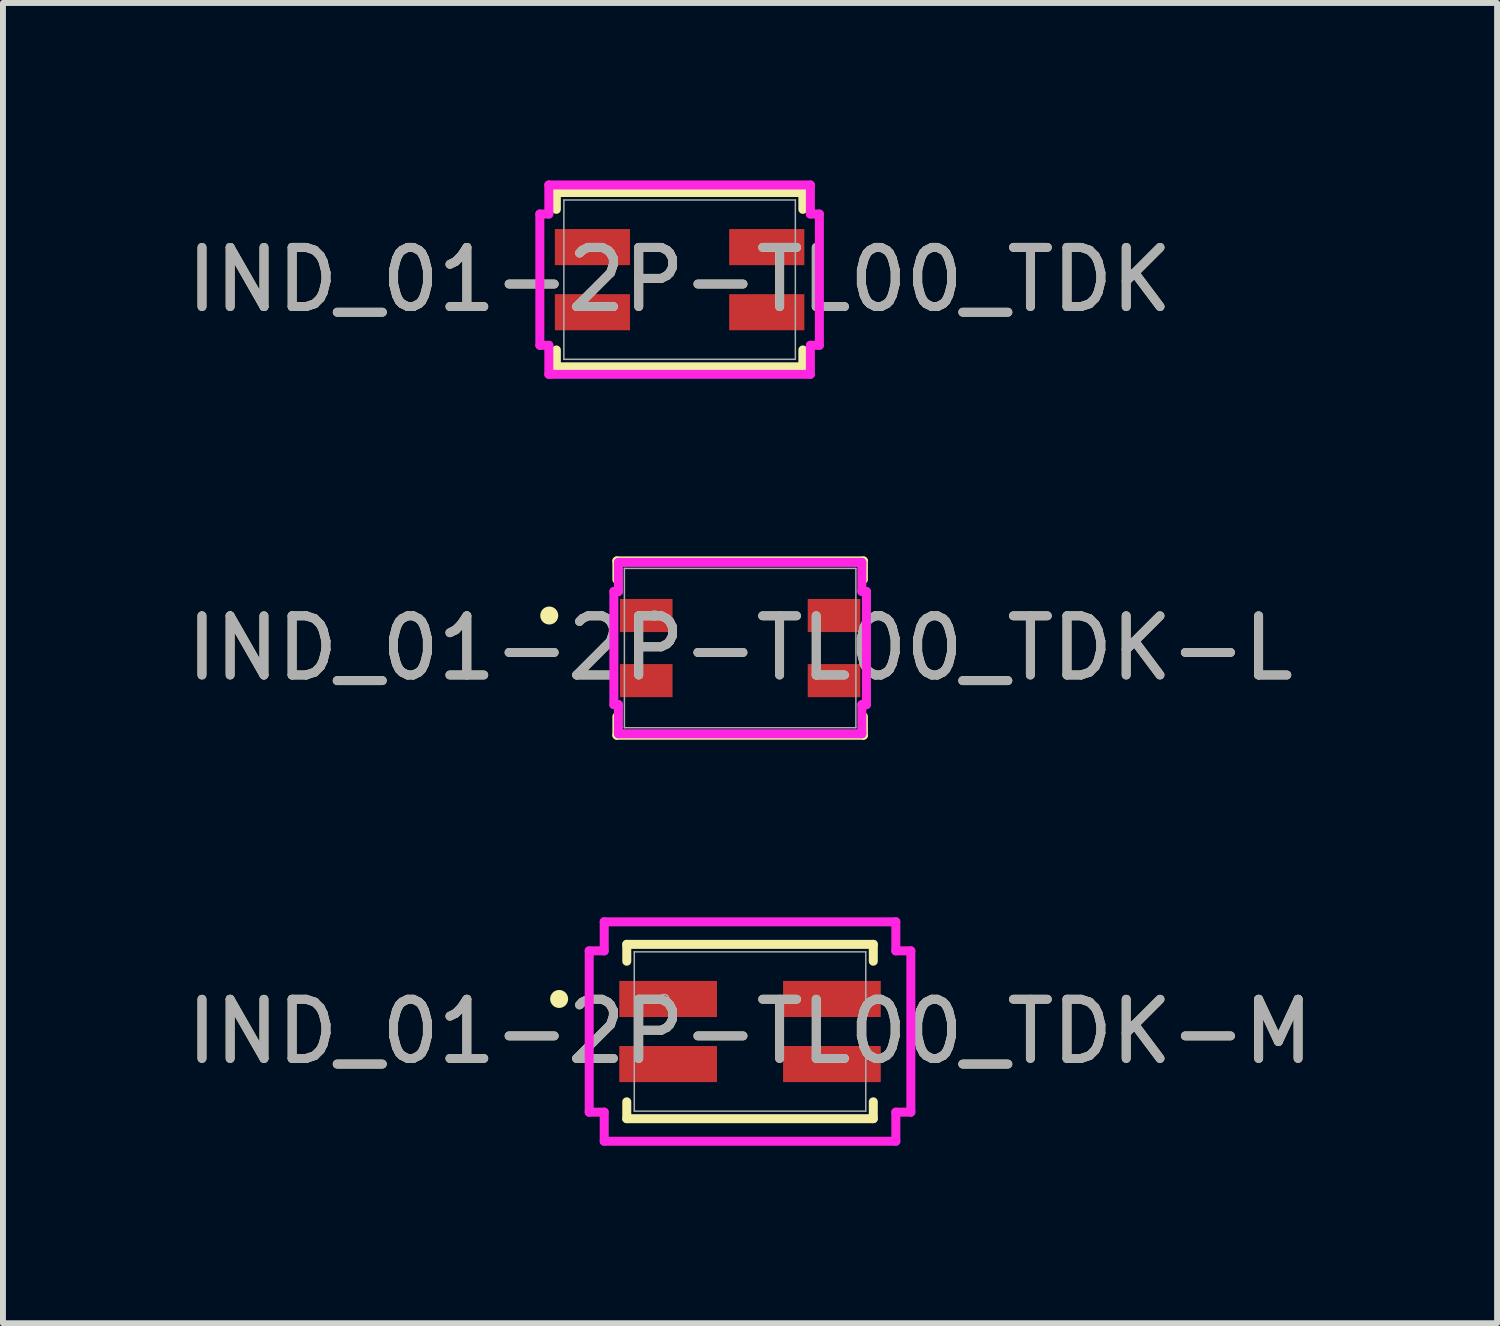
<source format=kicad_pcb>
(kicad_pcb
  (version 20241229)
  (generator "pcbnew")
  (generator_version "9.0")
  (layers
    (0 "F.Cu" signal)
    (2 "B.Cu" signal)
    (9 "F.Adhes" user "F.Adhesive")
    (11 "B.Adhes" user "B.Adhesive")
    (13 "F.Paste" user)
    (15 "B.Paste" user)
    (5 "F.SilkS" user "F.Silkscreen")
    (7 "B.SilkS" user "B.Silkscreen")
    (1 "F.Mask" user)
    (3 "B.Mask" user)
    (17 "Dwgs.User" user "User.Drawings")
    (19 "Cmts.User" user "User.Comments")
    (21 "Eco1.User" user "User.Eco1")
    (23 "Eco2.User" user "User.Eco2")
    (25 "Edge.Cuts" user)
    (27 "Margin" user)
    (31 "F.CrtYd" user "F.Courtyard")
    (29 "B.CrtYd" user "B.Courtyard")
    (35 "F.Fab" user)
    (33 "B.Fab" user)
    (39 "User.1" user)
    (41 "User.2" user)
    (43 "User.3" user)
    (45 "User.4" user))
  (footprint "IND_01-2P-TL00_TDK"
    (layer "F.Cu")
    (at 8.435 1.676)
    (property "Reference" "IND_01-2P-TL00_TDK" (at 0 0 0) (unlocked yes) (layer "F.SilkS") (effects (font (size 1 1) (thickness 0.15))))
    (attr smd)
    (fp_line (start -2.083 -1.473) (end -2.083 -1.188) (stroke (width 0.152) (type solid)) (layer "F.SilkS"))
    (fp_line (start -2.083 1.188) (end -2.083 1.473) (stroke (width 0.152) (type solid)) (layer "F.SilkS"))
    (fp_line (start -2.083 1.473) (end 2.083 1.473) (stroke (width 0.152) (type solid)) (layer "F.SilkS"))
    (fp_line (start 2.083 -1.473) (end -2.083 -1.473) (stroke (width 0.152) (type solid)) (layer "F.SilkS"))
    (fp_line (start 2.083 -1.188) (end 2.083 -1.473) (stroke (width 0.152) (type solid)) (layer "F.SilkS"))
    (fp_line (start 2.083 1.473) (end 2.083 1.188) (stroke (width 0.152) (type solid)) (layer "F.SilkS"))
    (fp_line (start -2.362 -1.109) (end -2.21 -1.109) (stroke (width 0.152) (type solid)) (layer "F.CrtYd"))
    (fp_line (start -2.362 1.109) (end -2.362 -1.109) (stroke (width 0.152) (type solid)) (layer "F.CrtYd"))
    (fp_line (start -2.21 -1.6) (end 2.21 -1.6) (stroke (width 0.152) (type solid)) (layer "F.CrtYd"))
    (fp_line (start -2.21 -1.109) (end -2.21 -1.6) (stroke (width 0.152) (type solid)) (layer "F.CrtYd"))
    (fp_line (start -2.21 1.109) (end -2.362 1.109) (stroke (width 0.152) (type solid)) (layer "F.CrtYd"))
    (fp_line (start -2.21 1.6) (end -2.21 1.109) (stroke (width 0.152) (type solid)) (layer "F.CrtYd"))
    (fp_line (start 2.21 -1.6) (end 2.21 -1.109) (stroke (width 0.152) (type solid)) (layer "F.CrtYd"))
    (fp_line (start 2.21 -1.109) (end 2.362 -1.109) (stroke (width 0.152) (type solid)) (layer "F.CrtYd"))
    (fp_line (start 2.21 1.109) (end 2.21 1.6) (stroke (width 0.152) (type solid)) (layer "F.CrtYd"))
    (fp_line (start 2.21 1.6) (end -2.21 1.6) (stroke (width 0.152) (type solid)) (layer "F.CrtYd"))
    (fp_line (start 2.362 -1.109) (end 2.362 1.109) (stroke (width 0.152) (type solid)) (layer "F.CrtYd"))
    (fp_line (start 2.362 1.109) (end 2.21 1.109) (stroke (width 0.152) (type solid)) (layer "F.CrtYd"))
    (fp_line (start -1.956 -1.346) (end -1.956 1.346) (stroke (width 0.025) (type solid)) (layer "F.Fab"))
    (fp_line (start -1.956 1.346) (end 1.956 1.346) (stroke (width 0.025) (type solid)) (layer "F.Fab"))
    (fp_line (start 1.956 -1.346) (end -1.956 -1.346) (stroke (width 0.025) (type solid)) (layer "F.Fab"))
    (fp_line (start 1.956 1.346) (end 1.956 -1.346) (stroke (width 0.025) (type solid)) (layer "F.Fab"))
    (fp_circle (center -1.448 -0.55) (end -1.448 -0.55) (stroke (width 0.025) (type solid)) (fill no) (layer "F.Fab"))
    (fp_text user "${REFERENCE}" (at 0 0 0) (unlocked yes) (layer "F.Fab") (effects (font (size 1 1) (thickness 0.15))))
    (pad "1" smd rect (at -1.473 -0.55 90) (size 0.61 1.27) (layers "F.Cu" "F.Mask" "F.Paste"))
    (pad "2" smd rect (at -1.473 0.55 90) (size 0.61 1.27) (layers "F.Cu" "F.Mask" "F.Paste"))
    (pad "3" smd rect (at 1.473 0.55 90) (size 0.61 1.27) (layers "F.Cu" "F.Mask" "F.Paste"))
    (pad "4" smd rect (at 1.473 -0.55 90) (size 0.61 1.27) (layers "F.Cu" "F.Mask" "F.Paste")))
  (footprint "IND_01-2P-TL00_TDK-L"
    (layer "F.Cu")
    (at 9.458 7.902)
    (property "Reference" "IND_01-2P-TL00_TDK-L" (at 0 0 0) (unlocked yes) (layer "F.SilkS") (effects (font (size 1 1) (thickness 0.15))))
    (attr smd)
    (fp_line (start -2.083 -1.473) (end -2.083 -1.158) (stroke (width 0.152) (type solid)) (layer "F.SilkS"))
    (fp_line (start -2.083 1.158) (end -2.083 1.473) (stroke (width 0.152) (type solid)) (layer "F.SilkS"))
    (fp_line (start -2.083 1.473) (end 2.083 1.473) (stroke (width 0.152) (type solid)) (layer "F.SilkS"))
    (fp_line (start 2.083 -1.473) (end -2.083 -1.473) (stroke (width 0.152) (type solid)) (layer "F.SilkS"))
    (fp_line (start 2.083 -1.158) (end 2.083 -1.473) (stroke (width 0.152) (type solid)) (layer "F.SilkS"))
    (fp_line (start 2.083 1.473) (end 2.083 1.158) (stroke (width 0.152) (type solid)) (layer "F.SilkS"))
    (fp_circle (center -3.226 -0.55) (end -3.15 -0.55) (stroke (width 0.152) (type solid)) (fill no) (layer "F.SilkS"))
    (fp_line (start -2.134 -0.956) (end -2.057 -0.956) (stroke (width 0.152) (type solid)) (layer "F.CrtYd"))
    (fp_line (start -2.134 0.956) (end -2.134 -0.956) (stroke (width 0.152) (type solid)) (layer "F.CrtYd"))
    (fp_line (start -2.057 -1.448) (end 2.057 -1.448) (stroke (width 0.152) (type solid)) (layer "F.CrtYd"))
    (fp_line (start -2.057 -0.956) (end -2.057 -1.448) (stroke (width 0.152) (type solid)) (layer "F.CrtYd"))
    (fp_line (start -2.057 0.956) (end -2.134 0.956) (stroke (width 0.152) (type solid)) (layer "F.CrtYd"))
    (fp_line (start -2.057 1.448) (end -2.057 0.956) (stroke (width 0.152) (type solid)) (layer "F.CrtYd"))
    (fp_line (start 2.057 -1.448) (end 2.057 -0.956) (stroke (width 0.152) (type solid)) (layer "F.CrtYd"))
    (fp_line (start 2.057 -0.956) (end 2.134 -0.956) (stroke (width 0.152) (type solid)) (layer "F.CrtYd"))
    (fp_line (start 2.057 0.956) (end 2.057 1.448) (stroke (width 0.152) (type solid)) (layer "F.CrtYd"))
    (fp_line (start 2.057 1.448) (end -2.057 1.448) (stroke (width 0.152) (type solid)) (layer "F.CrtYd"))
    (fp_line (start 2.134 -0.956) (end 2.134 0.956) (stroke (width 0.152) (type solid)) (layer "F.CrtYd"))
    (fp_line (start 2.134 0.956) (end 2.057 0.956) (stroke (width 0.152) (type solid)) (layer "F.CrtYd"))
    (fp_line (start -1.956 -1.346) (end -1.956 1.346) (stroke (width 0.025) (type solid)) (layer "F.Fab"))
    (fp_line (start -1.956 1.346) (end 1.956 1.346) (stroke (width 0.025) (type solid)) (layer "F.Fab"))
    (fp_line (start 1.956 -1.346) (end -1.956 -1.346) (stroke (width 0.025) (type solid)) (layer "F.Fab"))
    (fp_line (start 1.956 1.346) (end 1.956 -1.346) (stroke (width 0.025) (type solid)) (layer "F.Fab"))
    (fp_circle (center -1.448 -0.55) (end -1.372 -0.55) (stroke (width 0.025) (type solid)) (fill no) (layer "F.Fab"))
    (fp_text user "${REFERENCE}" (at 0 0 0) (unlocked yes) (layer "F.Fab") (effects (font (size 1 1) (thickness 0.15))))
    (pad "1" smd rect (at -1.587 -0.55 90) (size 0.559 0.889) (layers "F.Cu" "F.Mask" "F.Paste"))
    (pad "2" smd rect (at -1.587 0.55 90) (size 0.559 0.889) (layers "F.Cu" "F.Mask" "F.Paste"))
    (pad "3" smd rect (at 1.587 0.55 90) (size 0.559 0.889) (layers "F.Cu" "F.Mask" "F.Paste"))
    (pad "4" smd rect (at 1.587 -0.55 90) (size 0.559 0.889) (layers "F.Cu" "F.Mask" "F.Paste")))
  (footprint "IND_01-2P-TL00_TDK-M"
    (layer "F.Cu")
    (at 9.625 14.382)
    (property "Reference" "IND_01-2P-TL00_TDK-M" (at 0 0 0) (unlocked yes) (layer "F.SilkS") (effects (font (size 1 1) (thickness 0.15))))
    (attr smd)
    (fp_line (start -2.083 -1.473) (end -2.083 -1.188) (stroke (width 0.152) (type solid)) (layer "F.SilkS"))
    (fp_line (start -2.083 1.188) (end -2.083 1.473) (stroke (width 0.152) (type solid)) (layer "F.SilkS"))
    (fp_line (start -2.083 1.473) (end 2.083 1.473) (stroke (width 0.152) (type solid)) (layer "F.SilkS"))
    (fp_line (start 2.083 -1.473) (end -2.083 -1.473) (stroke (width 0.152) (type solid)) (layer "F.SilkS"))
    (fp_line (start 2.083 -1.188) (end 2.083 -1.473) (stroke (width 0.152) (type solid)) (layer "F.SilkS"))
    (fp_line (start 2.083 1.473) (end 2.083 1.188) (stroke (width 0.152) (type solid)) (layer "F.SilkS"))
    (fp_circle (center -3.226 -0.55) (end -3.15 -0.55) (stroke (width 0.152) (type solid)) (fill no) (layer "F.SilkS"))
    (fp_line (start -2.718 -1.363) (end -2.464 -1.363) (stroke (width 0.152) (type solid)) (layer "F.CrtYd"))
    (fp_line (start -2.718 1.363) (end -2.718 -1.363) (stroke (width 0.152) (type solid)) (layer "F.CrtYd"))
    (fp_line (start -2.464 -1.854) (end 2.464 -1.854) (stroke (width 0.152) (type solid)) (layer "F.CrtYd"))
    (fp_line (start -2.464 -1.363) (end -2.464 -1.854) (stroke (width 0.152) (type solid)) (layer "F.CrtYd"))
    (fp_line (start -2.464 1.363) (end -2.718 1.363) (stroke (width 0.152) (type solid)) (layer "F.CrtYd"))
    (fp_line (start -2.464 1.854) (end -2.464 1.363) (stroke (width 0.152) (type solid)) (layer "F.CrtYd"))
    (fp_line (start 2.464 -1.854) (end 2.464 -1.363) (stroke (width 0.152) (type solid)) (layer "F.CrtYd"))
    (fp_line (start 2.464 -1.363) (end 2.718 -1.363) (stroke (width 0.152) (type solid)) (layer "F.CrtYd"))
    (fp_line (start 2.464 1.363) (end 2.464 1.854) (stroke (width 0.152) (type solid)) (layer "F.CrtYd"))
    (fp_line (start 2.464 1.854) (end -2.464 1.854) (stroke (width 0.152) (type solid)) (layer "F.CrtYd"))
    (fp_line (start 2.718 -1.363) (end 2.718 1.363) (stroke (width 0.152) (type solid)) (layer "F.CrtYd"))
    (fp_line (start 2.718 1.363) (end 2.464 1.363) (stroke (width 0.152) (type solid)) (layer "F.CrtYd"))
    (fp_line (start -1.956 -1.346) (end -1.956 1.346) (stroke (width 0.025) (type solid)) (layer "F.Fab"))
    (fp_line (start -1.956 1.346) (end 1.956 1.346) (stroke (width 0.025) (type solid)) (layer "F.Fab"))
    (fp_line (start 1.956 -1.346) (end -1.956 -1.346) (stroke (width 0.025) (type solid)) (layer "F.Fab"))
    (fp_line (start 1.956 1.346) (end 1.956 -1.346) (stroke (width 0.025) (type solid)) (layer "F.Fab"))
    (fp_circle (center -1.448 -0.55) (end -1.372 -0.55) (stroke (width 0.025) (type solid)) (fill no) (layer "F.Fab"))
    (fp_text user "${REFERENCE}" (at 0 0 0) (unlocked yes) (layer "F.Fab") (effects (font (size 1 1) (thickness 0.15))))
    (pad "1" smd rect (at -1.384 -0.55 90) (size 0.61 1.651) (layers "F.Cu" "F.Mask" "F.Paste"))
    (pad "2" smd rect (at -1.384 0.55 90) (size 0.61 1.651) (layers "F.Cu" "F.Mask" "F.Paste"))
    (pad "3" smd rect (at 1.384 0.55 90) (size 0.61 1.651) (layers "F.Cu" "F.Mask" "F.Paste"))
    (pad "4" smd rect (at 1.384 -0.55 90) (size 0.61 1.651) (layers "F.Cu" "F.Mask" "F.Paste")))
  (gr_rect
    (start -3 -3)
    (end 22.25 19.312)
    (stroke (width 0.1) (type default))
    (fill no)
    (layer "Edge.Cuts")))
</source>
